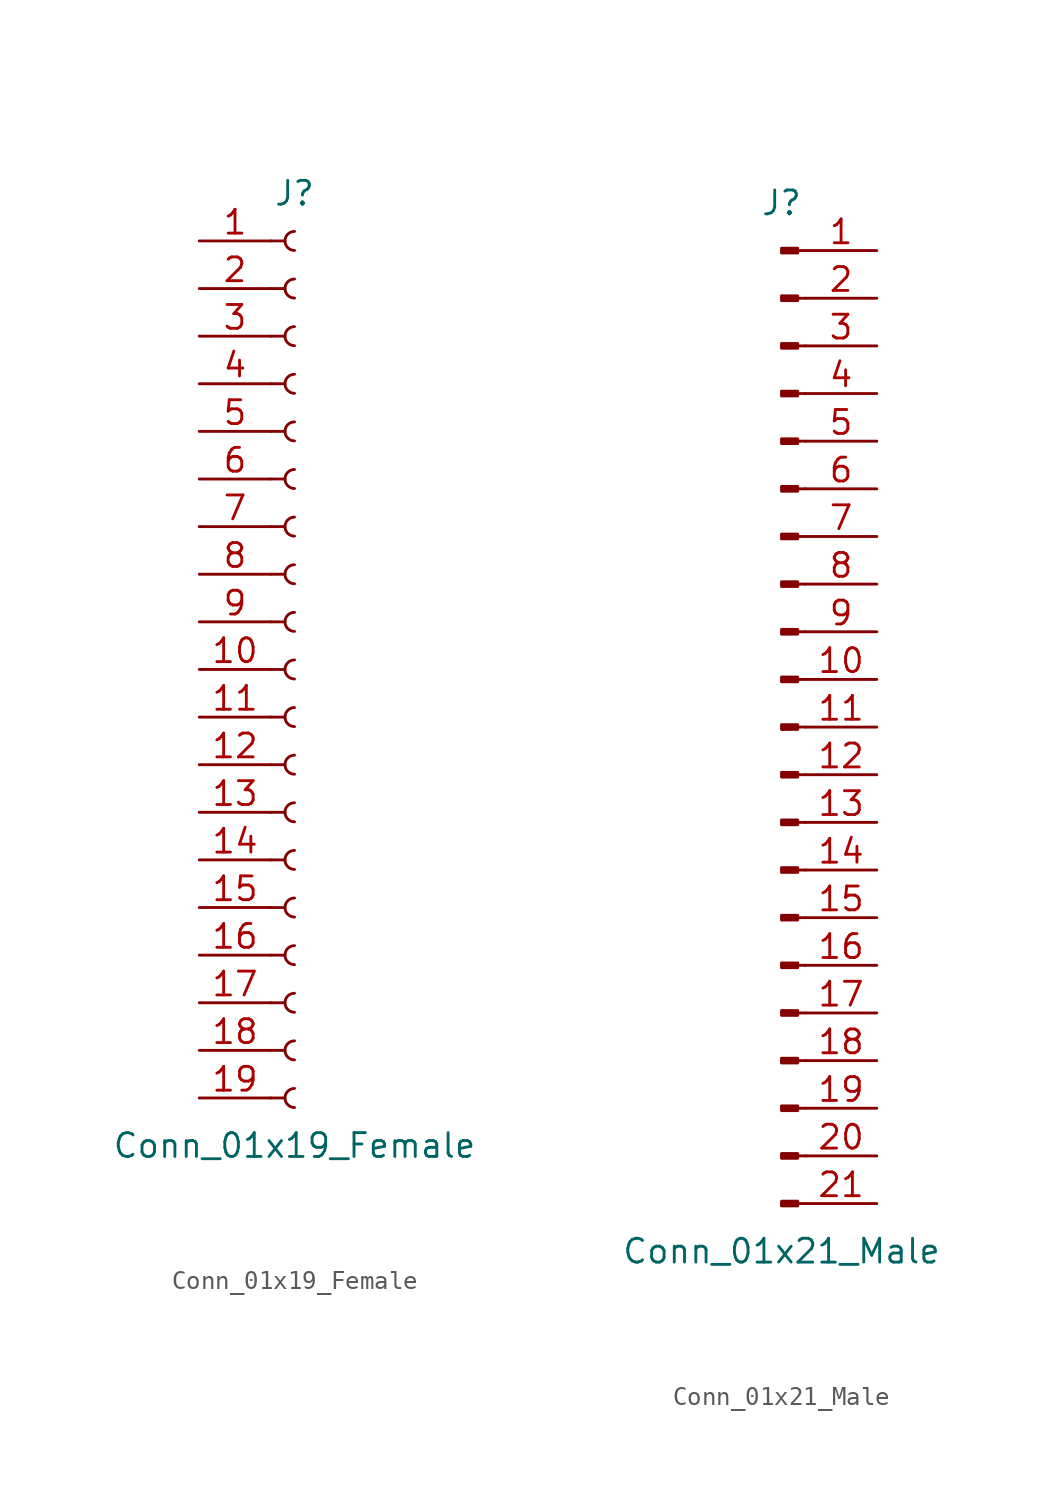
<source format=kicad_sym>
(kicad_symbol_lib
  (version 20220914)
  (generator kicad_symbol_editor)
  (symbol "Conn_01x19_Female"
    (pin_names
      (offset 1.016) hide)
    (property "Reference" "J"
      (at 0 25.4 0)
      (effects (font (size 1.27 1.27))))
    (property "Value" "Conn_01x19_Female"
      (at 0 -25.4 0)
      (effects (font (size 1.27 1.27))))
    (symbol "Conn_01x19_Female_1_1"
      (arc (start 0 -22.352) (mid -0.5058 -22.86) (end 0 -23.368) (stroke (width 0.1524) (type default)) (fill (type none)))
      (arc (start 0 -19.812) (mid -0.5058 -20.32) (end 0 -20.828) (stroke (width 0.1524) (type default)) (fill (type none)))
      (arc (start 0 -17.272) (mid -0.5058 -17.78) (end 0 -18.288) (stroke (width 0.1524) (type default)) (fill (type none)))
      (arc (start 0 -14.732) (mid -0.5058 -15.24) (end 0 -15.748) (stroke (width 0.1524) (type default)) (fill (type none)))
      (arc (start 0 -12.192) (mid -0.5058 -12.7) (end 0 -13.208) (stroke (width 0.1524) (type default)) (fill (type none)))
      (arc (start 0 -9.652) (mid -0.5058 -10.16) (end 0 -10.668) (stroke (width 0.1524) (type default)) (fill (type none)))
      (arc (start 0 -7.112) (mid -0.5058 -7.62) (end 0 -8.128) (stroke (width 0.1524) (type default)) (fill (type none)))
      (arc (start 0 -4.572) (mid -0.5058 -5.08) (end 0 -5.588) (stroke (width 0.1524) (type default)) (fill (type none)))
      (arc (start 0 -2.032) (mid -0.5058 -2.54) (end 0 -3.048) (stroke (width 0.1524) (type default)) (fill (type none)))
      (polyline (pts (xy -1.27 -22.86) (xy -0.508 -22.86)) (stroke (width 0.152) (type default)) (fill (type none)))
      (polyline (pts (xy -1.27 -20.32) (xy -0.508 -20.32)) (stroke (width 0.152) (type default)) (fill (type none)))
      (polyline (pts (xy -1.27 -17.78) (xy -0.508 -17.78)) (stroke (width 0.152) (type default)) (fill (type none)))
      (polyline (pts (xy -1.27 -15.24) (xy -0.508 -15.24)) (stroke (width 0.152) (type default)) (fill (type none)))
      (polyline (pts (xy -1.27 -12.7) (xy -0.508 -12.7)) (stroke (width 0.152) (type default)) (fill (type none)))
      (polyline (pts (xy -1.27 -10.16) (xy -0.508 -10.16)) (stroke (width 0.152) (type default)) (fill (type none)))
      (polyline (pts (xy -1.27 -7.62) (xy -0.508 -7.62)) (stroke (width 0.152) (type default)) (fill (type none)))
      (polyline (pts (xy -1.27 -5.08) (xy -0.508 -5.08)) (stroke (width 0.152) (type default)) (fill (type none)))
      (polyline (pts (xy -1.27 -2.54) (xy -0.508 -2.54)) (stroke (width 0.152) (type default)) (fill (type none)))
      (polyline (pts (xy -1.27 0) (xy -0.508 0)) (stroke (width 0.152) (type default)) (fill (type none)))
      (polyline (pts (xy -1.27 2.54) (xy -0.508 2.54)) (stroke (width 0.152) (type default)) (fill (type none)))
      (polyline (pts (xy -1.27 5.08) (xy -0.508 5.08)) (stroke (width 0.152) (type default)) (fill (type none)))
      (polyline (pts (xy -1.27 7.62) (xy -0.508 7.62)) (stroke (width 0.152) (type default)) (fill (type none)))
      (polyline (pts (xy -1.27 10.16) (xy -0.508 10.16)) (stroke (width 0.152) (type default)) (fill (type none)))
      (polyline (pts (xy -1.27 12.7) (xy -0.508 12.7)) (stroke (width 0.152) (type default)) (fill (type none)))
      (polyline (pts (xy -1.27 15.24) (xy -0.508 15.24)) (stroke (width 0.152) (type default)) (fill (type none)))
      (polyline (pts (xy -1.27 17.78) (xy -0.508 17.78)) (stroke (width 0.152) (type default)) (fill (type none)))
      (polyline (pts (xy -1.27 20.32) (xy -0.508 20.32)) (stroke (width 0.152) (type default)) (fill (type none)))
      (polyline (pts (xy -1.27 22.86) (xy -0.508 22.86)) (stroke (width 0.152) (type default)) (fill (type none)))
      (arc (start 0 0.508) (mid -0.5058 0) (end 0 -0.508) (stroke (width 0.1524) (type default)) (fill (type none)))
      (arc (start 0 3.048) (mid -0.5058 2.54) (end 0 2.032) (stroke (width 0.1524) (type default)) (fill (type none)))
      (arc (start 0 5.588) (mid -0.5058 5.08) (end 0 4.572) (stroke (width 0.1524) (type default)) (fill (type none)))
      (arc (start 0 8.128) (mid -0.5058 7.62) (end 0 7.112) (stroke (width 0.1524) (type default)) (fill (type none)))
      (arc (start 0 10.668) (mid -0.5058 10.16) (end 0 9.652) (stroke (width 0.1524) (type default)) (fill (type none)))
      (arc (start 0 13.208) (mid -0.5058 12.7) (end 0 12.192) (stroke (width 0.1524) (type default)) (fill (type none)))
      (arc (start 0 15.748) (mid -0.5058 15.24) (end 0 14.732) (stroke (width 0.1524) (type default)) (fill (type none)))
      (arc (start 0 18.288) (mid -0.5058 17.78) (end 0 17.272) (stroke (width 0.1524) (type default)) (fill (type none)))
      (arc (start 0 20.828) (mid -0.5058 20.32) (end 0 19.812) (stroke (width 0.1524) (type default)) (fill (type none)))
      (arc (start 0 23.368) (mid -0.5058 22.86) (end 0 22.352) (stroke (width 0.1524) (type default)) (fill (type none)))
      (pin passive line (at -5.08 22.86 0) (length 3.81) (name "Pin_1" (effects (font (size 1.27 1.27)))) (number "1" (effects (font (size 1.27 1.27)))))
      (pin passive line (at -5.08 0 0) (length 3.81) (name "Pin_10" (effects (font (size 1.27 1.27)))) (number "10" (effects (font (size 1.27 1.27)))))
      (pin passive line (at -5.08 -2.54 0) (length 3.81) (name "Pin_11" (effects (font (size 1.27 1.27)))) (number "11" (effects (font (size 1.27 1.27)))))
      (pin passive line (at -5.08 -5.08 0) (length 3.81) (name "Pin_12" (effects (font (size 1.27 1.27)))) (number "12" (effects (font (size 1.27 1.27)))))
      (pin passive line (at -5.08 -7.62 0) (length 3.81) (name "Pin_13" (effects (font (size 1.27 1.27)))) (number "13" (effects (font (size 1.27 1.27)))))
      (pin passive line (at -5.08 -10.16 0) (length 3.81) (name "Pin_14" (effects (font (size 1.27 1.27)))) (number "14" (effects (font (size 1.27 1.27)))))
      (pin passive line (at -5.08 -12.7 0) (length 3.81) (name "Pin_15" (effects (font (size 1.27 1.27)))) (number "15" (effects (font (size 1.27 1.27)))))
      (pin passive line (at -5.08 -15.24 0) (length 3.81) (name "Pin_16" (effects (font (size 1.27 1.27)))) (number "16" (effects (font (size 1.27 1.27)))))
      (pin passive line (at -5.08 -17.78 0) (length 3.81) (name "Pin_17" (effects (font (size 1.27 1.27)))) (number "17" (effects (font (size 1.27 1.27)))))
      (pin passive line (at -5.08 -20.32 0) (length 3.81) (name "Pin_18" (effects (font (size 1.27 1.27)))) (number "18" (effects (font (size 1.27 1.27)))))
      (pin passive line (at -5.08 -22.86 0) (length 3.81) (name "Pin_19" (effects (font (size 1.27 1.27)))) (number "19" (effects (font (size 1.27 1.27)))))
      (pin passive line (at -5.08 20.32 0) (length 3.81) (name "Pin_2" (effects (font (size 1.27 1.27)))) (number "2" (effects (font (size 1.27 1.27)))))
      (pin passive line (at -5.08 17.78 0) (length 3.81) (name "Pin_3" (effects (font (size 1.27 1.27)))) (number "3" (effects (font (size 1.27 1.27)))))
      (pin passive line (at -5.08 15.24 0) (length 3.81) (name "Pin_4" (effects (font (size 1.27 1.27)))) (number "4" (effects (font (size 1.27 1.27)))))
      (pin passive line (at -5.08 12.7 0) (length 3.81) (name "Pin_5" (effects (font (size 1.27 1.27)))) (number "5" (effects (font (size 1.27 1.27)))))
      (pin passive line (at -5.08 10.16 0) (length 3.81) (name "Pin_6" (effects (font (size 1.27 1.27)))) (number "6" (effects (font (size 1.27 1.27)))))
      (pin passive line (at -5.08 7.62 0) (length 3.81) (name "Pin_7" (effects (font (size 1.27 1.27)))) (number "7" (effects (font (size 1.27 1.27)))))
      (pin passive line (at -5.08 5.08 0) (length 3.81) (name "Pin_8" (effects (font (size 1.27 1.27)))) (number "8" (effects (font (size 1.27 1.27)))))
      (pin passive line (at -5.08 2.54 0) (length 3.81) (name "Pin_9" (effects (font (size 1.27 1.27)))) (number "9" (effects (font (size 1.27 1.27)))))))
  (symbol "Conn_01x21_Male"
    (pin_names
      (offset 1.016) hide)
    (property "Reference" "J"
      (at 0 27.94 0)
      (effects (font (size 1.27 1.27))))
    (property "Value" "Conn_01x21_Male"
      (at 0 -27.94 0)
      (effects (font (size 1.27 1.27))))
    (symbol "Conn_01x21_Male_1_1"
      (polyline (pts (xy 1.27 -25.4) (xy 0.864 -25.4)) (stroke (width 0.152) (type default)) (fill (type none)))
      (polyline (pts (xy 1.27 -22.86) (xy 0.864 -22.86)) (stroke (width 0.152) (type default)) (fill (type none)))
      (polyline (pts (xy 1.27 -20.32) (xy 0.864 -20.32)) (stroke (width 0.152) (type default)) (fill (type none)))
      (polyline (pts (xy 1.27 -17.78) (xy 0.864 -17.78)) (stroke (width 0.152) (type default)) (fill (type none)))
      (polyline (pts (xy 1.27 -15.24) (xy 0.864 -15.24)) (stroke (width 0.152) (type default)) (fill (type none)))
      (polyline (pts (xy 1.27 -12.7) (xy 0.864 -12.7)) (stroke (width 0.152) (type default)) (fill (type none)))
      (polyline (pts (xy 1.27 -10.16) (xy 0.864 -10.16)) (stroke (width 0.152) (type default)) (fill (type none)))
      (polyline (pts (xy 1.27 -7.62) (xy 0.864 -7.62)) (stroke (width 0.152) (type default)) (fill (type none)))
      (polyline (pts (xy 1.27 -5.08) (xy 0.864 -5.08)) (stroke (width 0.152) (type default)) (fill (type none)))
      (polyline (pts (xy 1.27 -2.54) (xy 0.864 -2.54)) (stroke (width 0.152) (type default)) (fill (type none)))
      (polyline (pts (xy 1.27 0) (xy 0.864 0)) (stroke (width 0.152) (type default)) (fill (type none)))
      (polyline (pts (xy 1.27 2.54) (xy 0.864 2.54)) (stroke (width 0.152) (type default)) (fill (type none)))
      (polyline (pts (xy 1.27 5.08) (xy 0.864 5.08)) (stroke (width 0.152) (type default)) (fill (type none)))
      (polyline (pts (xy 1.27 7.62) (xy 0.864 7.62)) (stroke (width 0.152) (type default)) (fill (type none)))
      (polyline (pts (xy 1.27 10.16) (xy 0.864 10.16)) (stroke (width 0.152) (type default)) (fill (type none)))
      (polyline (pts (xy 1.27 12.7) (xy 0.864 12.7)) (stroke (width 0.152) (type default)) (fill (type none)))
      (polyline (pts (xy 1.27 15.24) (xy 0.864 15.24)) (stroke (width 0.152) (type default)) (fill (type none)))
      (polyline (pts (xy 1.27 17.78) (xy 0.864 17.78)) (stroke (width 0.152) (type default)) (fill (type none)))
      (polyline (pts (xy 1.27 20.32) (xy 0.864 20.32)) (stroke (width 0.152) (type default)) (fill (type none)))
      (polyline (pts (xy 1.27 22.86) (xy 0.864 22.86)) (stroke (width 0.152) (type default)) (fill (type none)))
      (polyline (pts (xy 1.27 25.4) (xy 0.864 25.4)) (stroke (width 0.152) (type default)) (fill (type none)))
      (rectangle (start 0.864 -25.273) (end 0 -25.527) (stroke (width 0.152) (type default)) (fill (type outline)))
      (rectangle (start 0.864 -22.733) (end 0 -22.987) (stroke (width 0.152) (type default)) (fill (type outline)))
      (rectangle (start 0.864 -20.193) (end 0 -20.447) (stroke (width 0.152) (type default)) (fill (type outline)))
      (rectangle (start 0.864 -17.653) (end 0 -17.907) (stroke (width 0.152) (type default)) (fill (type outline)))
      (rectangle (start 0.864 -15.113) (end 0 -15.367) (stroke (width 0.152) (type default)) (fill (type outline)))
      (rectangle (start 0.864 -12.573) (end 0 -12.827) (stroke (width 0.152) (type default)) (fill (type outline)))
      (rectangle (start 0.864 -10.033) (end 0 -10.287) (stroke (width 0.152) (type default)) (fill (type outline)))
      (rectangle (start 0.864 -7.493) (end 0 -7.747) (stroke (width 0.152) (type default)) (fill (type outline)))
      (rectangle (start 0.864 -4.953) (end 0 -5.207) (stroke (width 0.152) (type default)) (fill (type outline)))
      (rectangle (start 0.864 -2.413) (end 0 -2.667) (stroke (width 0.152) (type default)) (fill (type outline)))
      (rectangle (start 0.864 0.127) (end 0 -0.127) (stroke (width 0.152) (type default)) (fill (type outline)))
      (rectangle (start 0.864 2.667) (end 0 2.413) (stroke (width 0.152) (type default)) (fill (type outline)))
      (rectangle (start 0.864 5.207) (end 0 4.953) (stroke (width 0.152) (type default)) (fill (type outline)))
      (rectangle (start 0.864 7.747) (end 0 7.493) (stroke (width 0.152) (type default)) (fill (type outline)))
      (rectangle (start 0.864 10.287) (end 0 10.033) (stroke (width 0.152) (type default)) (fill (type outline)))
      (rectangle (start 0.864 12.827) (end 0 12.573) (stroke (width 0.152) (type default)) (fill (type outline)))
      (rectangle (start 0.864 15.367) (end 0 15.113) (stroke (width 0.152) (type default)) (fill (type outline)))
      (rectangle (start 0.864 17.907) (end 0 17.653) (stroke (width 0.152) (type default)) (fill (type outline)))
      (rectangle (start 0.864 20.447) (end 0 20.193) (stroke (width 0.152) (type default)) (fill (type outline)))
      (rectangle (start 0.864 22.987) (end 0 22.733) (stroke (width 0.152) (type default)) (fill (type outline)))
      (rectangle (start 0.864 25.527) (end 0 25.273) (stroke (width 0.152) (type default)) (fill (type outline)))
      (pin passive line (at 5.08 25.4 180) (length 3.81) (name "Pin_1" (effects (font (size 1.27 1.27)))) (number "1" (effects (font (size 1.27 1.27)))))
      (pin passive line (at 5.08 2.54 180) (length 3.81) (name "Pin_10" (effects (font (size 1.27 1.27)))) (number "10" (effects (font (size 1.27 1.27)))))
      (pin passive line (at 5.08 0 180) (length 3.81) (name "Pin_11" (effects (font (size 1.27 1.27)))) (number "11" (effects (font (size 1.27 1.27)))))
      (pin passive line (at 5.08 -2.54 180) (length 3.81) (name "Pin_12" (effects (font (size 1.27 1.27)))) (number "12" (effects (font (size 1.27 1.27)))))
      (pin passive line (at 5.08 -5.08 180) (length 3.81) (name "Pin_13" (effects (font (size 1.27 1.27)))) (number "13" (effects (font (size 1.27 1.27)))))
      (pin passive line (at 5.08 -7.62 180) (length 3.81) (name "Pin_14" (effects (font (size 1.27 1.27)))) (number "14" (effects (font (size 1.27 1.27)))))
      (pin passive line (at 5.08 -10.16 180) (length 3.81) (name "Pin_15" (effects (font (size 1.27 1.27)))) (number "15" (effects (font (size 1.27 1.27)))))
      (pin passive line (at 5.08 -12.7 180) (length 3.81) (name "Pin_16" (effects (font (size 1.27 1.27)))) (number "16" (effects (font (size 1.27 1.27)))))
      (pin passive line (at 5.08 -15.24 180) (length 3.81) (name "Pin_17" (effects (font (size 1.27 1.27)))) (number "17" (effects (font (size 1.27 1.27)))))
      (pin passive line (at 5.08 -17.78 180) (length 3.81) (name "Pin_18" (effects (font (size 1.27 1.27)))) (number "18" (effects (font (size 1.27 1.27)))))
      (pin passive line (at 5.08 -20.32 180) (length 3.81) (name "Pin_19" (effects (font (size 1.27 1.27)))) (number "19" (effects (font (size 1.27 1.27)))))
      (pin passive line (at 5.08 22.86 180) (length 3.81) (name "Pin_2" (effects (font (size 1.27 1.27)))) (number "2" (effects (font (size 1.27 1.27)))))
      (pin passive line (at 5.08 -22.86 180) (length 3.81) (name "Pin_20" (effects (font (size 1.27 1.27)))) (number "20" (effects (font (size 1.27 1.27)))))
      (pin passive line (at 5.08 -25.4 180) (length 3.81) (name "Pin_21" (effects (font (size 1.27 1.27)))) (number "21" (effects (font (size 1.27 1.27)))))
      (pin passive line (at 5.08 20.32 180) (length 3.81) (name "Pin_3" (effects (font (size 1.27 1.27)))) (number "3" (effects (font (size 1.27 1.27)))))
      (pin passive line (at 5.08 17.78 180) (length 3.81) (name "Pin_4" (effects (font (size 1.27 1.27)))) (number "4" (effects (font (size 1.27 1.27)))))
      (pin passive line (at 5.08 15.24 180) (length 3.81) (name "Pin_5" (effects (font (size 1.27 1.27)))) (number "5" (effects (font (size 1.27 1.27)))))
      (pin passive line (at 5.08 12.7 180) (length 3.81) (name "Pin_6" (effects (font (size 1.27 1.27)))) (number "6" (effects (font (size 1.27 1.27)))))
      (pin passive line (at 5.08 10.16 180) (length 3.81) (name "Pin_7" (effects (font (size 1.27 1.27)))) (number "7" (effects (font (size 1.27 1.27)))))
      (pin passive line (at 5.08 7.62 180) (length 3.81) (name "Pin_8" (effects (font (size 1.27 1.27)))) (number "8" (effects (font (size 1.27 1.27)))))
      (pin passive line (at 5.08 5.08 180) (length 3.81) (name "Pin_9" (effects (font (size 1.27 1.27)))) (number "9" (effects (font (size 1.27 1.27))))))))
</source>
